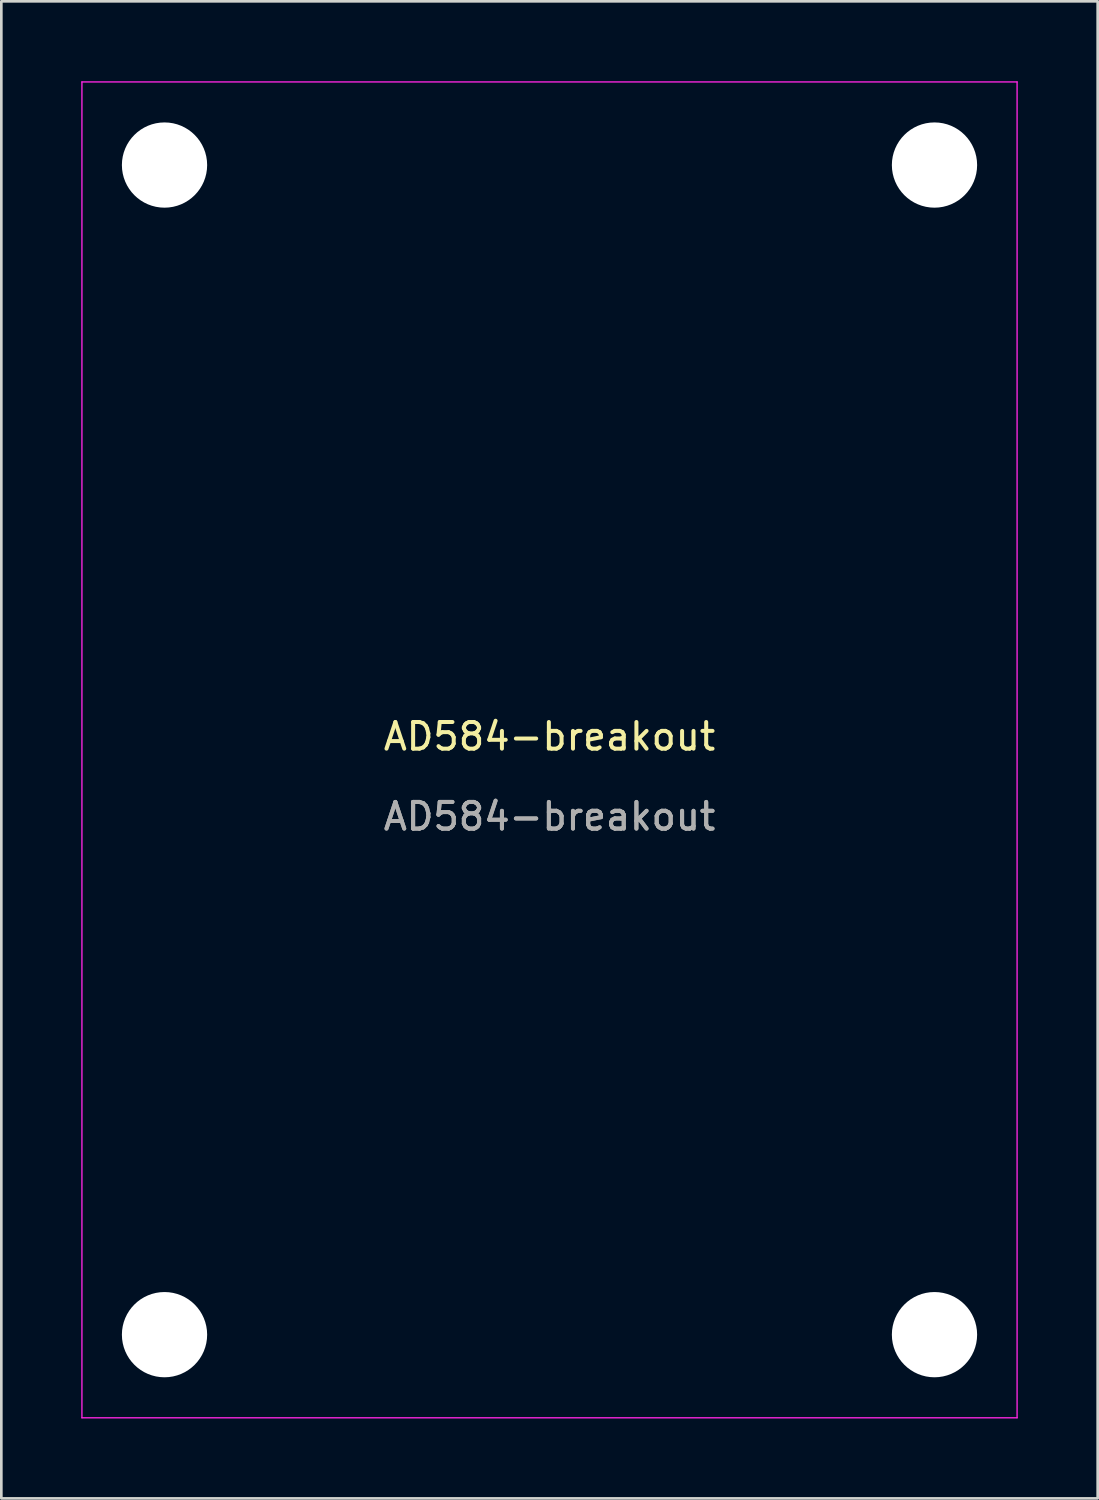
<source format=kicad_pcb>
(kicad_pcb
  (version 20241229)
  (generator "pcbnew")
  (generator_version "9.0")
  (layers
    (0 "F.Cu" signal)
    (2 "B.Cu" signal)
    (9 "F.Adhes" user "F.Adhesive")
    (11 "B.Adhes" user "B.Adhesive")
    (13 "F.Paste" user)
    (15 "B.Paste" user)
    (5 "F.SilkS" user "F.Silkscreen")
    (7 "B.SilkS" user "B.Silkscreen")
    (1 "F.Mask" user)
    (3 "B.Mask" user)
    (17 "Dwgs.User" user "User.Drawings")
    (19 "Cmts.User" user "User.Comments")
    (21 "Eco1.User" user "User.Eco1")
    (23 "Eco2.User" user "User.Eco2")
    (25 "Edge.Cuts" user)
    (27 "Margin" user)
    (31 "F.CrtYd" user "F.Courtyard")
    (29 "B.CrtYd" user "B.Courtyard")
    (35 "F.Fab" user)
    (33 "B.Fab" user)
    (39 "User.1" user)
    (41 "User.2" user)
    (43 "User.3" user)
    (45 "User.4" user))
  (footprint "AD584-breakout"
    (layer "F.Cu")
    (at 17.575 25.095)
    (property "Reference" "AD584-breakout" (at 0 -0.5 0) (unlocked yes) (layer "F.SilkS") (effects (font (size 1 1) (thickness 0.15))))
    (attr through_hole)
    (fp_line (start -17.55 -25.07) (end -17.55 25.07) (stroke (width 0.05) (type solid)) (layer "F.CrtYd"))
    (fp_line (start -17.55 -25.07) (end 17.55 -25.07) (stroke (width 0.05) (type solid)) (layer "F.CrtYd"))
    (fp_line (start 17.55 -25.07) (end 17.55 25.07) (stroke (width 0.05) (type solid)) (layer "F.CrtYd"))
    (fp_line (start 17.55 25.07) (end -17.55 25.07) (stroke (width 0.05) (type solid)) (layer "F.CrtYd"))
    (fp_text user "${REFERENCE}" (at 0 2.5 0) (unlocked yes) (layer "F.Fab") (effects (font (size 1 1) (thickness 0.15))))
    (fp_text user "${REFERENCE}" (at 0 2.5 0) (unlocked yes) (layer "F.Fab") (effects (font (size 1 1) (thickness 0.15))))
    (pad "" np_thru_hole circle (at -14.45 -21.95) (size 3.2 3.2) (drill 3.2) (layers "*.Cu" "*.Mask"))
    (pad "" np_thru_hole circle (at -14.45 21.95) (size 3.2 3.2) (drill 3.2) (layers "*.Cu" "*.Mask"))
    (pad "" np_thru_hole circle (at 14.45 -21.95) (size 3.2 3.2) (drill 3.2) (layers "*.Cu" "*.Mask"))
    (pad "" np_thru_hole circle (at 14.45 21.95) (size 3.2 3.2) (drill 3.2) (layers "*.Cu" "*.Mask")))
  (gr_rect
    (start -3 -3)
    (end 38.15 53.19)
    (stroke (width 0.1) (type default))
    (fill no)
    (layer "Edge.Cuts")))
</source>
